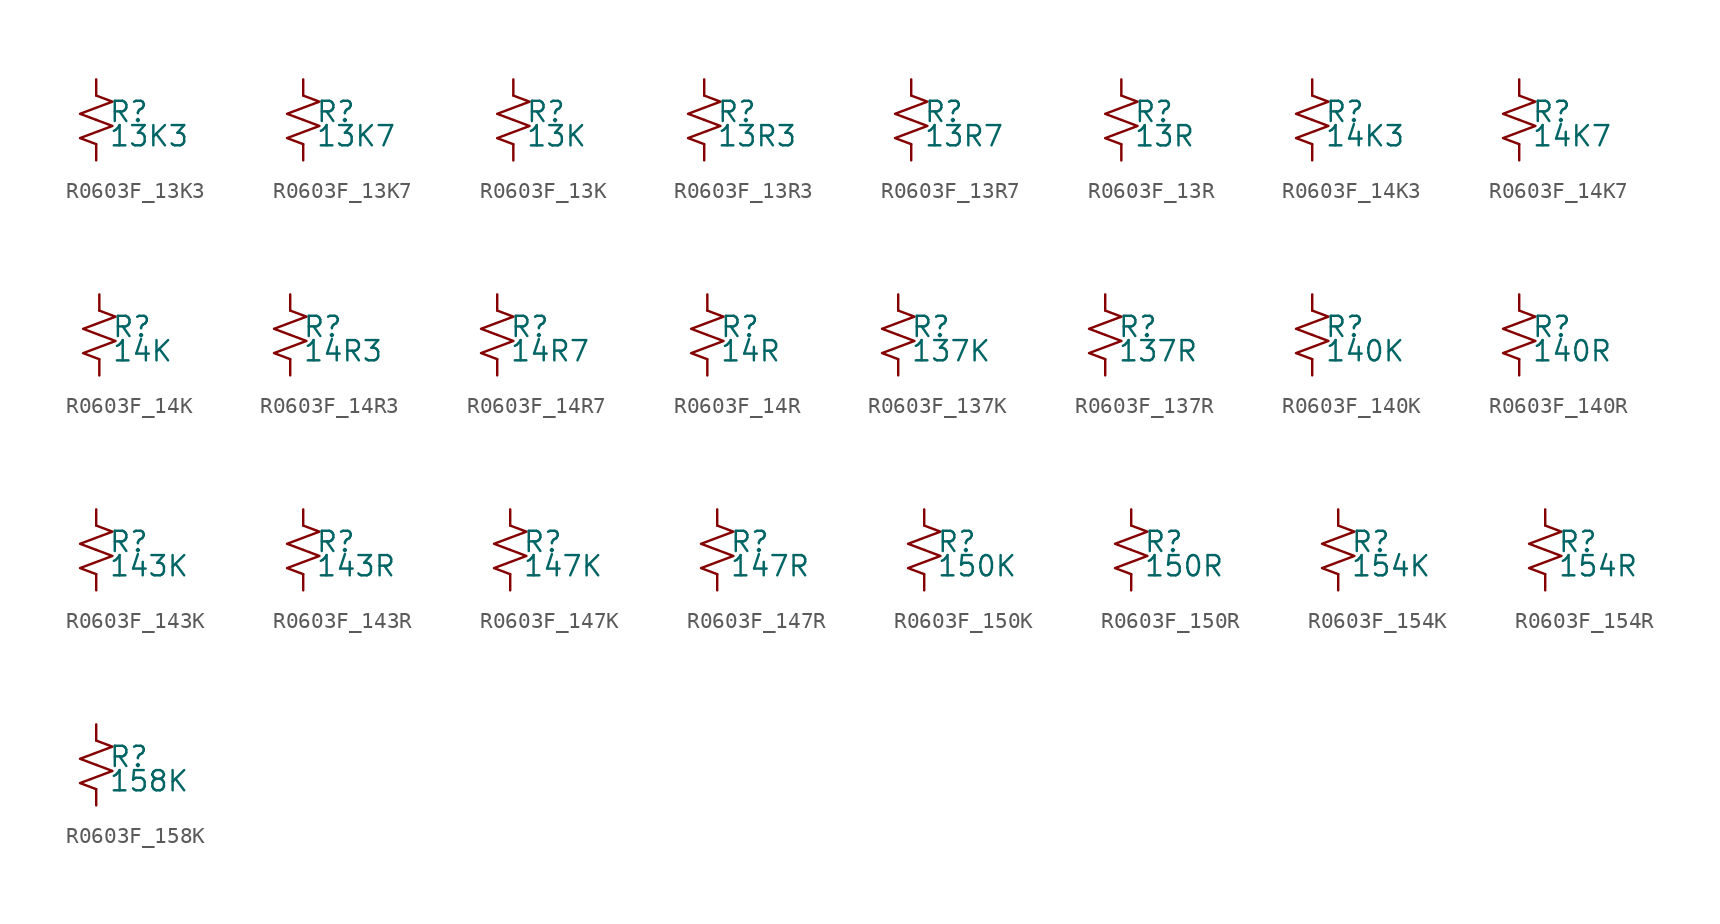
<source format=kicad_sym>
(kicad_symbol_lib
  (version 20220914)
  (generator kicad_symbol_editor)
  (symbol "R0603F_13K3"
    (pin_numbers hide)
    (pin_names
      (offset 0.254) hide)
    (property "Reference" "R"
      (at 0.762 0.508 0)
      (effects (font (size 1.27 1.27)) (justify left)))
    (property "Value" "13K3"
      (at 0.762 -1.016 0)
      (effects (font (size 1.27 1.27)) (justify left)))
    (symbol "R0603F_13K3_1_1"
      (polyline (pts (xy 0 0) (xy 1.016 -0.381) (xy 0 -0.762) (xy -1.016 -1.143) (xy 0 -1.524)) (stroke (width 0) (type default)) (fill (type none)))
      (polyline (pts (xy 0 1.524) (xy 1.016 1.143) (xy 0 0.762) (xy -1.016 0.381) (xy 0 0)) (stroke (width 0) (type default)) (fill (type none)))
      (pin passive line (at 0 2.54 270) (length 1.016) (name "~" (effects (font (size 1.27 1.27)))) (number "1" (effects (font (size 1.27 1.27)))))
      (pin passive line (at 0 -2.54 90) (length 1.016) (name "~" (effects (font (size 1.27 1.27)))) (number "2" (effects (font (size 1.27 1.27)))))))
  (symbol "R0603F_13K7"
    (pin_numbers hide)
    (pin_names
      (offset 0.254) hide)
    (property "Reference" "R"
      (at 0.762 0.508 0)
      (effects (font (size 1.27 1.27)) (justify left)))
    (property "Value" "13K7"
      (at 0.762 -1.016 0)
      (effects (font (size 1.27 1.27)) (justify left)))
    (symbol "R0603F_13K7_1_1"
      (polyline (pts (xy 0 0) (xy 1.016 -0.381) (xy 0 -0.762) (xy -1.016 -1.143) (xy 0 -1.524)) (stroke (width 0) (type default)) (fill (type none)))
      (polyline (pts (xy 0 1.524) (xy 1.016 1.143) (xy 0 0.762) (xy -1.016 0.381) (xy 0 0)) (stroke (width 0) (type default)) (fill (type none)))
      (pin passive line (at 0 2.54 270) (length 1.016) (name "~" (effects (font (size 1.27 1.27)))) (number "1" (effects (font (size 1.27 1.27)))))
      (pin passive line (at 0 -2.54 90) (length 1.016) (name "~" (effects (font (size 1.27 1.27)))) (number "2" (effects (font (size 1.27 1.27)))))))
  (symbol "R0603F_13K"
    (pin_numbers hide)
    (pin_names
      (offset 0.254) hide)
    (property "Reference" "R"
      (at 0.762 0.508 0)
      (effects (font (size 1.27 1.27)) (justify left)))
    (property "Value" "13K"
      (at 0.762 -1.016 0)
      (effects (font (size 1.27 1.27)) (justify left)))
    (symbol "R0603F_13K_1_1"
      (polyline (pts (xy 0 0) (xy 1.016 -0.381) (xy 0 -0.762) (xy -1.016 -1.143) (xy 0 -1.524)) (stroke (width 0) (type default)) (fill (type none)))
      (polyline (pts (xy 0 1.524) (xy 1.016 1.143) (xy 0 0.762) (xy -1.016 0.381) (xy 0 0)) (stroke (width 0) (type default)) (fill (type none)))
      (pin passive line (at 0 2.54 270) (length 1.016) (name "~" (effects (font (size 1.27 1.27)))) (number "1" (effects (font (size 1.27 1.27)))))
      (pin passive line (at 0 -2.54 90) (length 1.016) (name "~" (effects (font (size 1.27 1.27)))) (number "2" (effects (font (size 1.27 1.27)))))))
  (symbol "R0603F_13R3"
    (pin_numbers hide)
    (pin_names
      (offset 0.254) hide)
    (property "Reference" "R"
      (at 0.762 0.508 0)
      (effects (font (size 1.27 1.27)) (justify left)))
    (property "Value" "13R3"
      (at 0.762 -1.016 0)
      (effects (font (size 1.27 1.27)) (justify left)))
    (symbol "R0603F_13R3_1_1"
      (polyline (pts (xy 0 0) (xy 1.016 -0.381) (xy 0 -0.762) (xy -1.016 -1.143) (xy 0 -1.524)) (stroke (width 0) (type default)) (fill (type none)))
      (polyline (pts (xy 0 1.524) (xy 1.016 1.143) (xy 0 0.762) (xy -1.016 0.381) (xy 0 0)) (stroke (width 0) (type default)) (fill (type none)))
      (pin passive line (at 0 2.54 270) (length 1.016) (name "~" (effects (font (size 1.27 1.27)))) (number "1" (effects (font (size 1.27 1.27)))))
      (pin passive line (at 0 -2.54 90) (length 1.016) (name "~" (effects (font (size 1.27 1.27)))) (number "2" (effects (font (size 1.27 1.27)))))))
  (symbol "R0603F_13R7"
    (pin_numbers hide)
    (pin_names
      (offset 0.254) hide)
    (property "Reference" "R"
      (at 0.762 0.508 0)
      (effects (font (size 1.27 1.27)) (justify left)))
    (property "Value" "13R7"
      (at 0.762 -1.016 0)
      (effects (font (size 1.27 1.27)) (justify left)))
    (symbol "R0603F_13R7_1_1"
      (polyline (pts (xy 0 0) (xy 1.016 -0.381) (xy 0 -0.762) (xy -1.016 -1.143) (xy 0 -1.524)) (stroke (width 0) (type default)) (fill (type none)))
      (polyline (pts (xy 0 1.524) (xy 1.016 1.143) (xy 0 0.762) (xy -1.016 0.381) (xy 0 0)) (stroke (width 0) (type default)) (fill (type none)))
      (pin passive line (at 0 2.54 270) (length 1.016) (name "~" (effects (font (size 1.27 1.27)))) (number "1" (effects (font (size 1.27 1.27)))))
      (pin passive line (at 0 -2.54 90) (length 1.016) (name "~" (effects (font (size 1.27 1.27)))) (number "2" (effects (font (size 1.27 1.27)))))))
  (symbol "R0603F_13R"
    (pin_numbers hide)
    (pin_names
      (offset 0.254) hide)
    (property "Reference" "R"
      (at 0.762 0.508 0)
      (effects (font (size 1.27 1.27)) (justify left)))
    (property "Value" "13R"
      (at 0.762 -1.016 0)
      (effects (font (size 1.27 1.27)) (justify left)))
    (symbol "R0603F_13R_1_1"
      (polyline (pts (xy 0 0) (xy 1.016 -0.381) (xy 0 -0.762) (xy -1.016 -1.143) (xy 0 -1.524)) (stroke (width 0) (type default)) (fill (type none)))
      (polyline (pts (xy 0 1.524) (xy 1.016 1.143) (xy 0 0.762) (xy -1.016 0.381) (xy 0 0)) (stroke (width 0) (type default)) (fill (type none)))
      (pin passive line (at 0 2.54 270) (length 1.016) (name "~" (effects (font (size 1.27 1.27)))) (number "1" (effects (font (size 1.27 1.27)))))
      (pin passive line (at 0 -2.54 90) (length 1.016) (name "~" (effects (font (size 1.27 1.27)))) (number "2" (effects (font (size 1.27 1.27)))))))
  (symbol "R0603F_14K3"
    (pin_numbers hide)
    (pin_names
      (offset 0.254) hide)
    (property "Reference" "R"
      (at 0.762 0.508 0)
      (effects (font (size 1.27 1.27)) (justify left)))
    (property "Value" "14K3"
      (at 0.762 -1.016 0)
      (effects (font (size 1.27 1.27)) (justify left)))
    (symbol "R0603F_14K3_1_1"
      (polyline (pts (xy 0 0) (xy 1.016 -0.381) (xy 0 -0.762) (xy -1.016 -1.143) (xy 0 -1.524)) (stroke (width 0) (type default)) (fill (type none)))
      (polyline (pts (xy 0 1.524) (xy 1.016 1.143) (xy 0 0.762) (xy -1.016 0.381) (xy 0 0)) (stroke (width 0) (type default)) (fill (type none)))
      (pin passive line (at 0 2.54 270) (length 1.016) (name "~" (effects (font (size 1.27 1.27)))) (number "1" (effects (font (size 1.27 1.27)))))
      (pin passive line (at 0 -2.54 90) (length 1.016) (name "~" (effects (font (size 1.27 1.27)))) (number "2" (effects (font (size 1.27 1.27)))))))
  (symbol "R0603F_14K7"
    (pin_numbers hide)
    (pin_names
      (offset 0.254) hide)
    (property "Reference" "R"
      (at 0.762 0.508 0)
      (effects (font (size 1.27 1.27)) (justify left)))
    (property "Value" "14K7"
      (at 0.762 -1.016 0)
      (effects (font (size 1.27 1.27)) (justify left)))
    (symbol "R0603F_14K7_1_1"
      (polyline (pts (xy 0 0) (xy 1.016 -0.381) (xy 0 -0.762) (xy -1.016 -1.143) (xy 0 -1.524)) (stroke (width 0) (type default)) (fill (type none)))
      (polyline (pts (xy 0 1.524) (xy 1.016 1.143) (xy 0 0.762) (xy -1.016 0.381) (xy 0 0)) (stroke (width 0) (type default)) (fill (type none)))
      (pin passive line (at 0 2.54 270) (length 1.016) (name "~" (effects (font (size 1.27 1.27)))) (number "1" (effects (font (size 1.27 1.27)))))
      (pin passive line (at 0 -2.54 90) (length 1.016) (name "~" (effects (font (size 1.27 1.27)))) (number "2" (effects (font (size 1.27 1.27)))))))
  (symbol "R0603F_14K"
    (pin_numbers hide)
    (pin_names
      (offset 0.254) hide)
    (property "Reference" "R"
      (at 0.762 0.508 0)
      (effects (font (size 1.27 1.27)) (justify left)))
    (property "Value" "14K"
      (at 0.762 -1.016 0)
      (effects (font (size 1.27 1.27)) (justify left)))
    (symbol "R0603F_14K_1_1"
      (polyline (pts (xy 0 0) (xy 1.016 -0.381) (xy 0 -0.762) (xy -1.016 -1.143) (xy 0 -1.524)) (stroke (width 0) (type default)) (fill (type none)))
      (polyline (pts (xy 0 1.524) (xy 1.016 1.143) (xy 0 0.762) (xy -1.016 0.381) (xy 0 0)) (stroke (width 0) (type default)) (fill (type none)))
      (pin passive line (at 0 2.54 270) (length 1.016) (name "~" (effects (font (size 1.27 1.27)))) (number "1" (effects (font (size 1.27 1.27)))))
      (pin passive line (at 0 -2.54 90) (length 1.016) (name "~" (effects (font (size 1.27 1.27)))) (number "2" (effects (font (size 1.27 1.27)))))))
  (symbol "R0603F_14R3"
    (pin_numbers hide)
    (pin_names
      (offset 0.254) hide)
    (property "Reference" "R"
      (at 0.762 0.508 0)
      (effects (font (size 1.27 1.27)) (justify left)))
    (property "Value" "14R3"
      (at 0.762 -1.016 0)
      (effects (font (size 1.27 1.27)) (justify left)))
    (symbol "R0603F_14R3_1_1"
      (polyline (pts (xy 0 0) (xy 1.016 -0.381) (xy 0 -0.762) (xy -1.016 -1.143) (xy 0 -1.524)) (stroke (width 0) (type default)) (fill (type none)))
      (polyline (pts (xy 0 1.524) (xy 1.016 1.143) (xy 0 0.762) (xy -1.016 0.381) (xy 0 0)) (stroke (width 0) (type default)) (fill (type none)))
      (pin passive line (at 0 2.54 270) (length 1.016) (name "~" (effects (font (size 1.27 1.27)))) (number "1" (effects (font (size 1.27 1.27)))))
      (pin passive line (at 0 -2.54 90) (length 1.016) (name "~" (effects (font (size 1.27 1.27)))) (number "2" (effects (font (size 1.27 1.27)))))))
  (symbol "R0603F_14R7"
    (pin_numbers hide)
    (pin_names
      (offset 0.254) hide)
    (property "Reference" "R"
      (at 0.762 0.508 0)
      (effects (font (size 1.27 1.27)) (justify left)))
    (property "Value" "14R7"
      (at 0.762 -1.016 0)
      (effects (font (size 1.27 1.27)) (justify left)))
    (symbol "R0603F_14R7_1_1"
      (polyline (pts (xy 0 0) (xy 1.016 -0.381) (xy 0 -0.762) (xy -1.016 -1.143) (xy 0 -1.524)) (stroke (width 0) (type default)) (fill (type none)))
      (polyline (pts (xy 0 1.524) (xy 1.016 1.143) (xy 0 0.762) (xy -1.016 0.381) (xy 0 0)) (stroke (width 0) (type default)) (fill (type none)))
      (pin passive line (at 0 2.54 270) (length 1.016) (name "~" (effects (font (size 1.27 1.27)))) (number "1" (effects (font (size 1.27 1.27)))))
      (pin passive line (at 0 -2.54 90) (length 1.016) (name "~" (effects (font (size 1.27 1.27)))) (number "2" (effects (font (size 1.27 1.27)))))))
  (symbol "R0603F_14R"
    (pin_numbers hide)
    (pin_names
      (offset 0.254) hide)
    (property "Reference" "R"
      (at 0.762 0.508 0)
      (effects (font (size 1.27 1.27)) (justify left)))
    (property "Value" "14R"
      (at 0.762 -1.016 0)
      (effects (font (size 1.27 1.27)) (justify left)))
    (symbol "R0603F_14R_1_1"
      (polyline (pts (xy 0 0) (xy 1.016 -0.381) (xy 0 -0.762) (xy -1.016 -1.143) (xy 0 -1.524)) (stroke (width 0) (type default)) (fill (type none)))
      (polyline (pts (xy 0 1.524) (xy 1.016 1.143) (xy 0 0.762) (xy -1.016 0.381) (xy 0 0)) (stroke (width 0) (type default)) (fill (type none)))
      (pin passive line (at 0 2.54 270) (length 1.016) (name "~" (effects (font (size 1.27 1.27)))) (number "1" (effects (font (size 1.27 1.27)))))
      (pin passive line (at 0 -2.54 90) (length 1.016) (name "~" (effects (font (size 1.27 1.27)))) (number "2" (effects (font (size 1.27 1.27)))))))
  (symbol "R0603F_137K"
    (pin_numbers hide)
    (pin_names
      (offset 0.254) hide)
    (property "Reference" "R"
      (at 0.762 0.508 0)
      (effects (font (size 1.27 1.27)) (justify left)))
    (property "Value" "137K"
      (at 0.762 -1.016 0)
      (effects (font (size 1.27 1.27)) (justify left)))
    (symbol "R0603F_137K_1_1"
      (polyline (pts (xy 0 0) (xy 1.016 -0.381) (xy 0 -0.762) (xy -1.016 -1.143) (xy 0 -1.524)) (stroke (width 0) (type default)) (fill (type none)))
      (polyline (pts (xy 0 1.524) (xy 1.016 1.143) (xy 0 0.762) (xy -1.016 0.381) (xy 0 0)) (stroke (width 0) (type default)) (fill (type none)))
      (pin passive line (at 0 2.54 270) (length 1.016) (name "~" (effects (font (size 1.27 1.27)))) (number "1" (effects (font (size 1.27 1.27)))))
      (pin passive line (at 0 -2.54 90) (length 1.016) (name "~" (effects (font (size 1.27 1.27)))) (number "2" (effects (font (size 1.27 1.27)))))))
  (symbol "R0603F_137R"
    (pin_numbers hide)
    (pin_names
      (offset 0.254) hide)
    (property "Reference" "R"
      (at 0.762 0.508 0)
      (effects (font (size 1.27 1.27)) (justify left)))
    (property "Value" "137R"
      (at 0.762 -1.016 0)
      (effects (font (size 1.27 1.27)) (justify left)))
    (symbol "R0603F_137R_1_1"
      (polyline (pts (xy 0 0) (xy 1.016 -0.381) (xy 0 -0.762) (xy -1.016 -1.143) (xy 0 -1.524)) (stroke (width 0) (type default)) (fill (type none)))
      (polyline (pts (xy 0 1.524) (xy 1.016 1.143) (xy 0 0.762) (xy -1.016 0.381) (xy 0 0)) (stroke (width 0) (type default)) (fill (type none)))
      (pin passive line (at 0 2.54 270) (length 1.016) (name "~" (effects (font (size 1.27 1.27)))) (number "1" (effects (font (size 1.27 1.27)))))
      (pin passive line (at 0 -2.54 90) (length 1.016) (name "~" (effects (font (size 1.27 1.27)))) (number "2" (effects (font (size 1.27 1.27)))))))
  (symbol "R0603F_140K"
    (pin_numbers hide)
    (pin_names
      (offset 0.254) hide)
    (property "Reference" "R"
      (at 0.762 0.508 0)
      (effects (font (size 1.27 1.27)) (justify left)))
    (property "Value" "140K"
      (at 0.762 -1.016 0)
      (effects (font (size 1.27 1.27)) (justify left)))
    (symbol "R0603F_140K_1_1"
      (polyline (pts (xy 0 0) (xy 1.016 -0.381) (xy 0 -0.762) (xy -1.016 -1.143) (xy 0 -1.524)) (stroke (width 0) (type default)) (fill (type none)))
      (polyline (pts (xy 0 1.524) (xy 1.016 1.143) (xy 0 0.762) (xy -1.016 0.381) (xy 0 0)) (stroke (width 0) (type default)) (fill (type none)))
      (pin passive line (at 0 2.54 270) (length 1.016) (name "~" (effects (font (size 1.27 1.27)))) (number "1" (effects (font (size 1.27 1.27)))))
      (pin passive line (at 0 -2.54 90) (length 1.016) (name "~" (effects (font (size 1.27 1.27)))) (number "2" (effects (font (size 1.27 1.27)))))))
  (symbol "R0603F_140R"
    (pin_numbers hide)
    (pin_names
      (offset 0.254) hide)
    (property "Reference" "R"
      (at 0.762 0.508 0)
      (effects (font (size 1.27 1.27)) (justify left)))
    (property "Value" "140R"
      (at 0.762 -1.016 0)
      (effects (font (size 1.27 1.27)) (justify left)))
    (symbol "R0603F_140R_1_1"
      (polyline (pts (xy 0 0) (xy 1.016 -0.381) (xy 0 -0.762) (xy -1.016 -1.143) (xy 0 -1.524)) (stroke (width 0) (type default)) (fill (type none)))
      (polyline (pts (xy 0 1.524) (xy 1.016 1.143) (xy 0 0.762) (xy -1.016 0.381) (xy 0 0)) (stroke (width 0) (type default)) (fill (type none)))
      (pin passive line (at 0 2.54 270) (length 1.016) (name "~" (effects (font (size 1.27 1.27)))) (number "1" (effects (font (size 1.27 1.27)))))
      (pin passive line (at 0 -2.54 90) (length 1.016) (name "~" (effects (font (size 1.27 1.27)))) (number "2" (effects (font (size 1.27 1.27)))))))
  (symbol "R0603F_143K"
    (pin_numbers hide)
    (pin_names
      (offset 0.254) hide)
    (property "Reference" "R"
      (at 0.762 0.508 0)
      (effects (font (size 1.27 1.27)) (justify left)))
    (property "Value" "143K"
      (at 0.762 -1.016 0)
      (effects (font (size 1.27 1.27)) (justify left)))
    (symbol "R0603F_143K_1_1"
      (polyline (pts (xy 0 0) (xy 1.016 -0.381) (xy 0 -0.762) (xy -1.016 -1.143) (xy 0 -1.524)) (stroke (width 0) (type default)) (fill (type none)))
      (polyline (pts (xy 0 1.524) (xy 1.016 1.143) (xy 0 0.762) (xy -1.016 0.381) (xy 0 0)) (stroke (width 0) (type default)) (fill (type none)))
      (pin passive line (at 0 2.54 270) (length 1.016) (name "~" (effects (font (size 1.27 1.27)))) (number "1" (effects (font (size 1.27 1.27)))))
      (pin passive line (at 0 -2.54 90) (length 1.016) (name "~" (effects (font (size 1.27 1.27)))) (number "2" (effects (font (size 1.27 1.27)))))))
  (symbol "R0603F_143R"
    (pin_numbers hide)
    (pin_names
      (offset 0.254) hide)
    (property "Reference" "R"
      (at 0.762 0.508 0)
      (effects (font (size 1.27 1.27)) (justify left)))
    (property "Value" "143R"
      (at 0.762 -1.016 0)
      (effects (font (size 1.27 1.27)) (justify left)))
    (symbol "R0603F_143R_1_1"
      (polyline (pts (xy 0 0) (xy 1.016 -0.381) (xy 0 -0.762) (xy -1.016 -1.143) (xy 0 -1.524)) (stroke (width 0) (type default)) (fill (type none)))
      (polyline (pts (xy 0 1.524) (xy 1.016 1.143) (xy 0 0.762) (xy -1.016 0.381) (xy 0 0)) (stroke (width 0) (type default)) (fill (type none)))
      (pin passive line (at 0 2.54 270) (length 1.016) (name "~" (effects (font (size 1.27 1.27)))) (number "1" (effects (font (size 1.27 1.27)))))
      (pin passive line (at 0 -2.54 90) (length 1.016) (name "~" (effects (font (size 1.27 1.27)))) (number "2" (effects (font (size 1.27 1.27)))))))
  (symbol "R0603F_147K"
    (pin_numbers hide)
    (pin_names
      (offset 0.254) hide)
    (property "Reference" "R"
      (at 0.762 0.508 0)
      (effects (font (size 1.27 1.27)) (justify left)))
    (property "Value" "147K"
      (at 0.762 -1.016 0)
      (effects (font (size 1.27 1.27)) (justify left)))
    (symbol "R0603F_147K_1_1"
      (polyline (pts (xy 0 0) (xy 1.016 -0.381) (xy 0 -0.762) (xy -1.016 -1.143) (xy 0 -1.524)) (stroke (width 0) (type default)) (fill (type none)))
      (polyline (pts (xy 0 1.524) (xy 1.016 1.143) (xy 0 0.762) (xy -1.016 0.381) (xy 0 0)) (stroke (width 0) (type default)) (fill (type none)))
      (pin passive line (at 0 2.54 270) (length 1.016) (name "~" (effects (font (size 1.27 1.27)))) (number "1" (effects (font (size 1.27 1.27)))))
      (pin passive line (at 0 -2.54 90) (length 1.016) (name "~" (effects (font (size 1.27 1.27)))) (number "2" (effects (font (size 1.27 1.27)))))))
  (symbol "R0603F_147R"
    (pin_numbers hide)
    (pin_names
      (offset 0.254) hide)
    (property "Reference" "R"
      (at 0.762 0.508 0)
      (effects (font (size 1.27 1.27)) (justify left)))
    (property "Value" "147R"
      (at 0.762 -1.016 0)
      (effects (font (size 1.27 1.27)) (justify left)))
    (symbol "R0603F_147R_1_1"
      (polyline (pts (xy 0 0) (xy 1.016 -0.381) (xy 0 -0.762) (xy -1.016 -1.143) (xy 0 -1.524)) (stroke (width 0) (type default)) (fill (type none)))
      (polyline (pts (xy 0 1.524) (xy 1.016 1.143) (xy 0 0.762) (xy -1.016 0.381) (xy 0 0)) (stroke (width 0) (type default)) (fill (type none)))
      (pin passive line (at 0 2.54 270) (length 1.016) (name "~" (effects (font (size 1.27 1.27)))) (number "1" (effects (font (size 1.27 1.27)))))
      (pin passive line (at 0 -2.54 90) (length 1.016) (name "~" (effects (font (size 1.27 1.27)))) (number "2" (effects (font (size 1.27 1.27)))))))
  (symbol "R0603F_150K"
    (pin_numbers hide)
    (pin_names
      (offset 0.254) hide)
    (property "Reference" "R"
      (at 0.762 0.508 0)
      (effects (font (size 1.27 1.27)) (justify left)))
    (property "Value" "150K"
      (at 0.762 -1.016 0)
      (effects (font (size 1.27 1.27)) (justify left)))
    (symbol "R0603F_150K_1_1"
      (polyline (pts (xy 0 0) (xy 1.016 -0.381) (xy 0 -0.762) (xy -1.016 -1.143) (xy 0 -1.524)) (stroke (width 0) (type default)) (fill (type none)))
      (polyline (pts (xy 0 1.524) (xy 1.016 1.143) (xy 0 0.762) (xy -1.016 0.381) (xy 0 0)) (stroke (width 0) (type default)) (fill (type none)))
      (pin passive line (at 0 2.54 270) (length 1.016) (name "~" (effects (font (size 1.27 1.27)))) (number "1" (effects (font (size 1.27 1.27)))))
      (pin passive line (at 0 -2.54 90) (length 1.016) (name "~" (effects (font (size 1.27 1.27)))) (number "2" (effects (font (size 1.27 1.27)))))))
  (symbol "R0603F_150R"
    (pin_numbers hide)
    (pin_names
      (offset 0.254) hide)
    (property "Reference" "R"
      (at 0.762 0.508 0)
      (effects (font (size 1.27 1.27)) (justify left)))
    (property "Value" "150R"
      (at 0.762 -1.016 0)
      (effects (font (size 1.27 1.27)) (justify left)))
    (symbol "R0603F_150R_1_1"
      (polyline (pts (xy 0 0) (xy 1.016 -0.381) (xy 0 -0.762) (xy -1.016 -1.143) (xy 0 -1.524)) (stroke (width 0) (type default)) (fill (type none)))
      (polyline (pts (xy 0 1.524) (xy 1.016 1.143) (xy 0 0.762) (xy -1.016 0.381) (xy 0 0)) (stroke (width 0) (type default)) (fill (type none)))
      (pin passive line (at 0 2.54 270) (length 1.016) (name "~" (effects (font (size 1.27 1.27)))) (number "1" (effects (font (size 1.27 1.27)))))
      (pin passive line (at 0 -2.54 90) (length 1.016) (name "~" (effects (font (size 1.27 1.27)))) (number "2" (effects (font (size 1.27 1.27)))))))
  (symbol "R0603F_154K"
    (pin_numbers hide)
    (pin_names
      (offset 0.254) hide)
    (property "Reference" "R"
      (at 0.762 0.508 0)
      (effects (font (size 1.27 1.27)) (justify left)))
    (property "Value" "154K"
      (at 0.762 -1.016 0)
      (effects (font (size 1.27 1.27)) (justify left)))
    (symbol "R0603F_154K_1_1"
      (polyline (pts (xy 0 0) (xy 1.016 -0.381) (xy 0 -0.762) (xy -1.016 -1.143) (xy 0 -1.524)) (stroke (width 0) (type default)) (fill (type none)))
      (polyline (pts (xy 0 1.524) (xy 1.016 1.143) (xy 0 0.762) (xy -1.016 0.381) (xy 0 0)) (stroke (width 0) (type default)) (fill (type none)))
      (pin passive line (at 0 2.54 270) (length 1.016) (name "~" (effects (font (size 1.27 1.27)))) (number "1" (effects (font (size 1.27 1.27)))))
      (pin passive line (at 0 -2.54 90) (length 1.016) (name "~" (effects (font (size 1.27 1.27)))) (number "2" (effects (font (size 1.27 1.27)))))))
  (symbol "R0603F_154R"
    (pin_numbers hide)
    (pin_names
      (offset 0.254) hide)
    (property "Reference" "R"
      (at 0.762 0.508 0)
      (effects (font (size 1.27 1.27)) (justify left)))
    (property "Value" "154R"
      (at 0.762 -1.016 0)
      (effects (font (size 1.27 1.27)) (justify left)))
    (symbol "R0603F_154R_1_1"
      (polyline (pts (xy 0 0) (xy 1.016 -0.381) (xy 0 -0.762) (xy -1.016 -1.143) (xy 0 -1.524)) (stroke (width 0) (type default)) (fill (type none)))
      (polyline (pts (xy 0 1.524) (xy 1.016 1.143) (xy 0 0.762) (xy -1.016 0.381) (xy 0 0)) (stroke (width 0) (type default)) (fill (type none)))
      (pin passive line (at 0 2.54 270) (length 1.016) (name "~" (effects (font (size 1.27 1.27)))) (number "1" (effects (font (size 1.27 1.27)))))
      (pin passive line (at 0 -2.54 90) (length 1.016) (name "~" (effects (font (size 1.27 1.27)))) (number "2" (effects (font (size 1.27 1.27)))))))
  (symbol "R0603F_158K"
    (pin_numbers hide)
    (pin_names
      (offset 0.254) hide)
    (property "Reference" "R"
      (at 0.762 0.508 0)
      (effects (font (size 1.27 1.27)) (justify left)))
    (property "Value" "158K"
      (at 0.762 -1.016 0)
      (effects (font (size 1.27 1.27)) (justify left)))
    (symbol "R0603F_158K_1_1"
      (polyline (pts (xy 0 0) (xy 1.016 -0.381) (xy 0 -0.762) (xy -1.016 -1.143) (xy 0 -1.524)) (stroke (width 0) (type default)) (fill (type none)))
      (polyline (pts (xy 0 1.524) (xy 1.016 1.143) (xy 0 0.762) (xy -1.016 0.381) (xy 0 0)) (stroke (width 0) (type default)) (fill (type none)))
      (pin passive line (at 0 2.54 270) (length 1.016) (name "~" (effects (font (size 1.27 1.27)))) (number "1" (effects (font (size 1.27 1.27)))))
      (pin passive line (at 0 -2.54 90) (length 1.016) (name "~" (effects (font (size 1.27 1.27)))) (number "2" (effects (font (size 1.27 1.27))))))))
</source>
